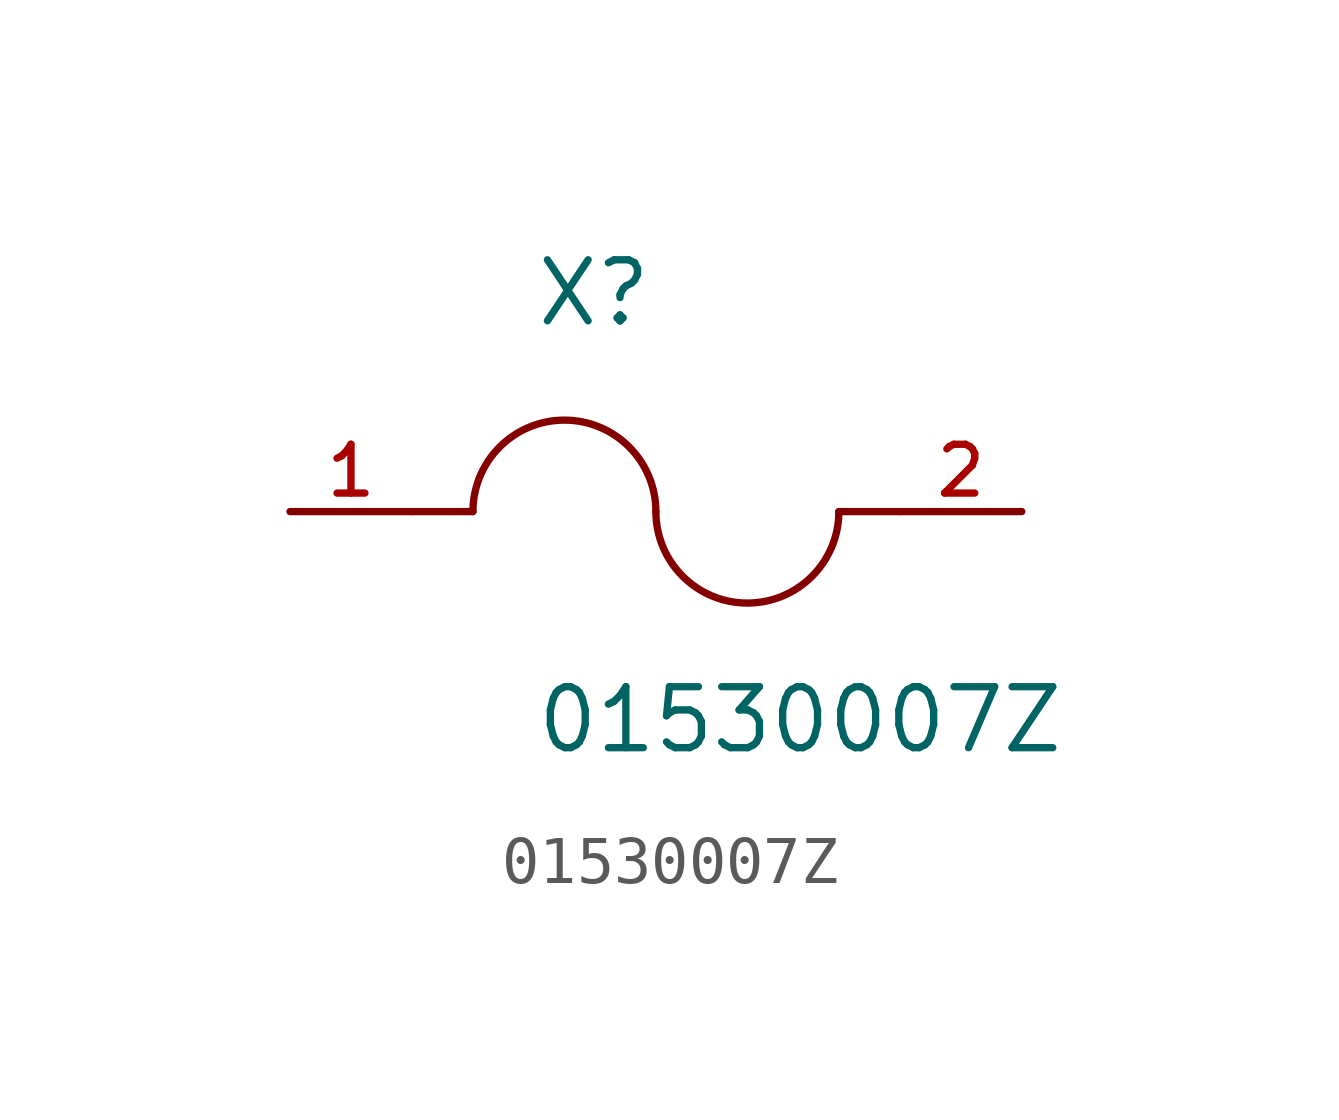
<source format=kicad_sym>
(kicad_symbol_lib
  (version 20211014)
  (generator kicad_symbol_editor)
  (symbol "01530007Z"
    (pin_names
      (offset 1.016))
    (property "Reference" "X"
      (at -2.54 3.81 0)
      (effects (font (size 1.27 1.27)) (justify bottom left)))
    (property "Value" "01530007Z"
      (at -2.54 -5.08 0)
      (effects (font (size 1.27 1.27)) (justify bottom left)))
    (symbol "01530007Z_0_0"
      (arc (start 0.0 0.0) (mid -1.905 1.905) (end -3.81 0.0) (stroke (width 0.1524) (type default) (color 0 0 0 0)) (fill (type none)))
      (arc (start 3.81 0.0) (mid 1.905 -1.905) (end 0.0 0.0) (stroke (width 0.1524) (type default) (color 0 0 0 0)) (fill (type none)))
      (polyline (pts (xy 5.08 0.0) (xy 3.81 0.0)) (stroke (width 0.152)))
      (polyline (pts (xy -5.08 0.0) (xy -3.81 0.0)) (stroke (width 0.152)))
      (pin passive line (at 7.62 0.0 180.0) (length 2.54) (name "~" (effects (font (size 1.016 1.016)))) (number "2" (effects (font (size 1.016 1.016)))))
      (pin passive line (at -7.62 0.0 0) (length 2.54) (name "~" (effects (font (size 1.016 1.016)))) (number "1" (effects (font (size 1.016 1.016))))))))
</source>
